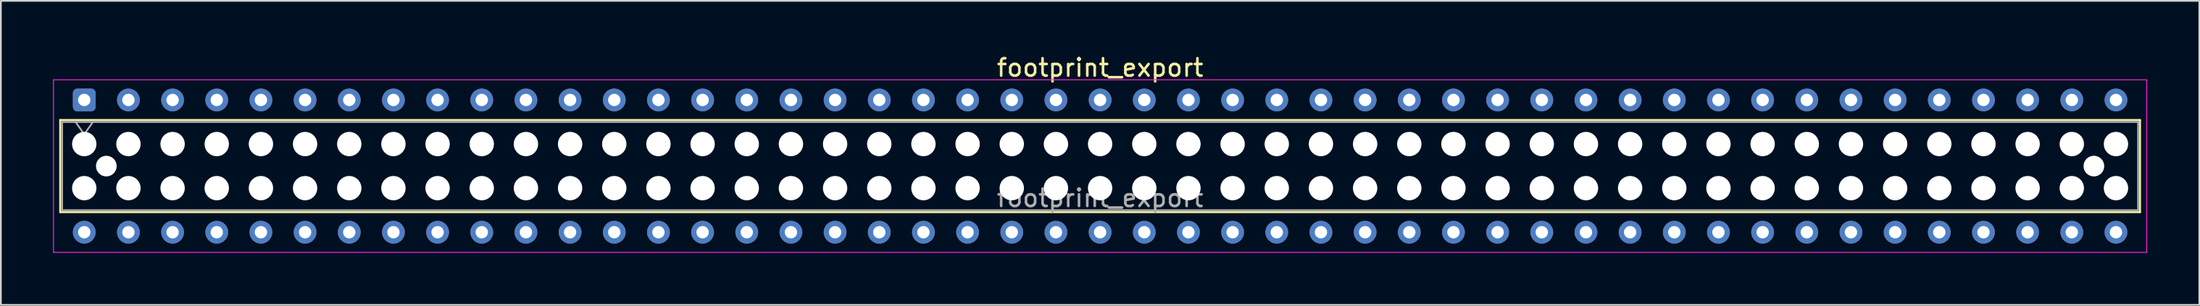
<source format=kicad_pcb>
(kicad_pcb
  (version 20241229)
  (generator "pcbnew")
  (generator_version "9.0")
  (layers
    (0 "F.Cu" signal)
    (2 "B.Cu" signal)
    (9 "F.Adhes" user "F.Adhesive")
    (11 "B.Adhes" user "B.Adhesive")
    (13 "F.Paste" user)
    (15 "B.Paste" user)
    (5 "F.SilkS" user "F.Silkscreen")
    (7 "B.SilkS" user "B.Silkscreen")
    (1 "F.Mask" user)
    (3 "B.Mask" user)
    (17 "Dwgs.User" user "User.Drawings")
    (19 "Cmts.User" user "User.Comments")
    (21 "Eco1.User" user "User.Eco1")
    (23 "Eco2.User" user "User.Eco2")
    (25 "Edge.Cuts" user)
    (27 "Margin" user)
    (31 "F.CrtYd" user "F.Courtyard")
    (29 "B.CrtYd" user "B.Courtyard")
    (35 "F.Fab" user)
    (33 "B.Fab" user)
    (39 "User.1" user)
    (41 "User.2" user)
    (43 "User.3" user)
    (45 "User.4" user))
  (footprint "footprint_export"
    (layer "F.Cu")
    (at 1.795 2.708)
    (property "Reference" "footprint_export" (at 58.42 -1.86 0) (layer "F.SilkS") (effects (font (size 1 1) (thickness 0.15))))
    (attr through_hole)
    (fp_line (start -1.38 1.16) (end 118.22 1.16) (stroke (width 0.12) (type solid)) (layer "F.SilkS"))
    (fp_line (start -1.38 6.46) (end -1.38 1.16) (stroke (width 0.12) (type solid)) (layer "F.SilkS"))
    (fp_line (start 118.22 1.16) (end 118.22 6.46) (stroke (width 0.12) (type solid)) (layer "F.SilkS"))
    (fp_line (start 118.22 6.46) (end -1.38 6.46) (stroke (width 0.12) (type solid)) (layer "F.SilkS"))
    (fp_line (start -1.77 -1.16) (end 118.61 -1.16) (stroke (width 0.05) (type solid)) (layer "F.CrtYd"))
    (fp_line (start -1.77 8.78) (end -1.77 -1.16) (stroke (width 0.05) (type solid)) (layer "F.CrtYd"))
    (fp_line (start 118.61 -1.16) (end 118.61 8.78) (stroke (width 0.05) (type solid)) (layer "F.CrtYd"))
    (fp_line (start 118.61 8.78) (end -1.77 8.78) (stroke (width 0.05) (type solid)) (layer "F.CrtYd"))
    (fp_line (start -1.27 1.27) (end 118.11 1.27) (stroke (width 0.1) (type solid)) (layer "F.Fab"))
    (fp_line (start -1.27 6.35) (end -1.27 1.27) (stroke (width 0.1) (type solid)) (layer "F.Fab"))
    (fp_line (start -0.5 1.27) (end 0 1.977) (stroke (width 0.1) (type solid)) (layer "F.Fab"))
    (fp_line (start 0 1.977) (end 0.5 1.27) (stroke (width 0.1) (type solid)) (layer "F.Fab"))
    (fp_line (start 118.11 1.27) (end 118.11 6.35) (stroke (width 0.1) (type solid)) (layer "F.Fab"))
    (fp_line (start 118.11 6.35) (end -1.27 6.35) (stroke (width 0.1) (type solid)) (layer "F.Fab"))
    (fp_text user "${REFERENCE}" (at 58.42 5.65 0) (layer "F.Fab") (effects (font (size 1 1) (thickness 0.15))))
    (pad "" np_thru_hole circle (at 0 2.54) (size 1.4 1.4) (drill 1.4) (layers "*.Cu" "*.Mask"))
    (pad "" np_thru_hole circle (at 0 5.08) (size 1.4 1.4) (drill 1.4) (layers "*.Cu" "*.Mask"))
    (pad "" np_thru_hole circle (at 1.27 3.81) (size 1.19 1.19) (drill 1.19) (layers "*.Cu" "*.Mask"))
    (pad "" np_thru_hole circle (at 2.54 2.54) (size 1.4 1.4) (drill 1.4) (layers "*.Cu" "*.Mask"))
    (pad "" np_thru_hole circle (at 2.54 5.08) (size 1.4 1.4) (drill 1.4) (layers "*.Cu" "*.Mask"))
    (pad "" np_thru_hole circle (at 5.08 2.54) (size 1.4 1.4) (drill 1.4) (layers "*.Cu" "*.Mask"))
    (pad "" np_thru_hole circle (at 5.08 5.08) (size 1.4 1.4) (drill 1.4) (layers "*.Cu" "*.Mask"))
    (pad "" np_thru_hole circle (at 7.62 2.54) (size 1.4 1.4) (drill 1.4) (layers "*.Cu" "*.Mask"))
    (pad "" np_thru_hole circle (at 7.62 5.08) (size 1.4 1.4) (drill 1.4) (layers "*.Cu" "*.Mask"))
    (pad "" np_thru_hole circle (at 10.16 2.54) (size 1.4 1.4) (drill 1.4) (layers "*.Cu" "*.Mask"))
    (pad "" np_thru_hole circle (at 10.16 5.08) (size 1.4 1.4) (drill 1.4) (layers "*.Cu" "*.Mask"))
    (pad "" np_thru_hole circle (at 12.7 2.54) (size 1.4 1.4) (drill 1.4) (layers "*.Cu" "*.Mask"))
    (pad "" np_thru_hole circle (at 12.7 5.08) (size 1.4 1.4) (drill 1.4) (layers "*.Cu" "*.Mask"))
    (pad "" np_thru_hole circle (at 15.24 2.54) (size 1.4 1.4) (drill 1.4) (layers "*.Cu" "*.Mask"))
    (pad "" np_thru_hole circle (at 15.24 5.08) (size 1.4 1.4) (drill 1.4) (layers "*.Cu" "*.Mask"))
    (pad "" np_thru_hole circle (at 17.78 2.54) (size 1.4 1.4) (drill 1.4) (layers "*.Cu" "*.Mask"))
    (pad "" np_thru_hole circle (at 17.78 5.08) (size 1.4 1.4) (drill 1.4) (layers "*.Cu" "*.Mask"))
    (pad "" np_thru_hole circle (at 20.32 2.54) (size 1.4 1.4) (drill 1.4) (layers "*.Cu" "*.Mask"))
    (pad "" np_thru_hole circle (at 20.32 5.08) (size 1.4 1.4) (drill 1.4) (layers "*.Cu" "*.Mask"))
    (pad "" np_thru_hole circle (at 22.86 2.54) (size 1.4 1.4) (drill 1.4) (layers "*.Cu" "*.Mask"))
    (pad "" np_thru_hole circle (at 22.86 5.08) (size 1.4 1.4) (drill 1.4) (layers "*.Cu" "*.Mask"))
    (pad "" np_thru_hole circle (at 25.4 2.54) (size 1.4 1.4) (drill 1.4) (layers "*.Cu" "*.Mask"))
    (pad "" np_thru_hole circle (at 25.4 5.08) (size 1.4 1.4) (drill 1.4) (layers "*.Cu" "*.Mask"))
    (pad "" np_thru_hole circle (at 27.94 2.54) (size 1.4 1.4) (drill 1.4) (layers "*.Cu" "*.Mask"))
    (pad "" np_thru_hole circle (at 27.94 5.08) (size 1.4 1.4) (drill 1.4) (layers "*.Cu" "*.Mask"))
    (pad "" np_thru_hole circle (at 30.48 2.54) (size 1.4 1.4) (drill 1.4) (layers "*.Cu" "*.Mask"))
    (pad "" np_thru_hole circle (at 30.48 5.08) (size 1.4 1.4) (drill 1.4) (layers "*.Cu" "*.Mask"))
    (pad "" np_thru_hole circle (at 33.02 2.54) (size 1.4 1.4) (drill 1.4) (layers "*.Cu" "*.Mask"))
    (pad "" np_thru_hole circle (at 33.02 5.08) (size 1.4 1.4) (drill 1.4) (layers "*.Cu" "*.Mask"))
    (pad "" np_thru_hole circle (at 35.56 2.54) (size 1.4 1.4) (drill 1.4) (layers "*.Cu" "*.Mask"))
    (pad "" np_thru_hole circle (at 35.56 5.08) (size 1.4 1.4) (drill 1.4) (layers "*.Cu" "*.Mask"))
    (pad "" np_thru_hole circle (at 38.1 2.54) (size 1.4 1.4) (drill 1.4) (layers "*.Cu" "*.Mask"))
    (pad "" np_thru_hole circle (at 38.1 5.08) (size 1.4 1.4) (drill 1.4) (layers "*.Cu" "*.Mask"))
    (pad "" np_thru_hole circle (at 40.64 2.54) (size 1.4 1.4) (drill 1.4) (layers "*.Cu" "*.Mask"))
    (pad "" np_thru_hole circle (at 40.64 5.08) (size 1.4 1.4) (drill 1.4) (layers "*.Cu" "*.Mask"))
    (pad "" np_thru_hole circle (at 43.18 2.54) (size 1.4 1.4) (drill 1.4) (layers "*.Cu" "*.Mask"))
    (pad "" np_thru_hole circle (at 43.18 5.08) (size 1.4 1.4) (drill 1.4) (layers "*.Cu" "*.Mask"))
    (pad "" np_thru_hole circle (at 45.72 2.54) (size 1.4 1.4) (drill 1.4) (layers "*.Cu" "*.Mask"))
    (pad "" np_thru_hole circle (at 45.72 5.08) (size 1.4 1.4) (drill 1.4) (layers "*.Cu" "*.Mask"))
    (pad "" np_thru_hole circle (at 48.26 2.54) (size 1.4 1.4) (drill 1.4) (layers "*.Cu" "*.Mask"))
    (pad "" np_thru_hole circle (at 48.26 5.08) (size 1.4 1.4) (drill 1.4) (layers "*.Cu" "*.Mask"))
    (pad "" np_thru_hole circle (at 50.8 2.54) (size 1.4 1.4) (drill 1.4) (layers "*.Cu" "*.Mask"))
    (pad "" np_thru_hole circle (at 50.8 5.08) (size 1.4 1.4) (drill 1.4) (layers "*.Cu" "*.Mask"))
    (pad "" np_thru_hole circle (at 53.34 2.54) (size 1.4 1.4) (drill 1.4) (layers "*.Cu" "*.Mask"))
    (pad "" np_thru_hole circle (at 53.34 5.08) (size 1.4 1.4) (drill 1.4) (layers "*.Cu" "*.Mask"))
    (pad "" np_thru_hole circle (at 55.88 2.54) (size 1.4 1.4) (drill 1.4) (layers "*.Cu" "*.Mask"))
    (pad "" np_thru_hole circle (at 55.88 5.08) (size 1.4 1.4) (drill 1.4) (layers "*.Cu" "*.Mask"))
    (pad "" np_thru_hole circle (at 58.42 2.54) (size 1.4 1.4) (drill 1.4) (layers "*.Cu" "*.Mask"))
    (pad "" np_thru_hole circle (at 58.42 5.08) (size 1.4 1.4) (drill 1.4) (layers "*.Cu" "*.Mask"))
    (pad "" np_thru_hole circle (at 60.96 2.54) (size 1.4 1.4) (drill 1.4) (layers "*.Cu" "*.Mask"))
    (pad "" np_thru_hole circle (at 60.96 5.08) (size 1.4 1.4) (drill 1.4) (layers "*.Cu" "*.Mask"))
    (pad "" np_thru_hole circle (at 63.5 2.54) (size 1.4 1.4) (drill 1.4) (layers "*.Cu" "*.Mask"))
    (pad "" np_thru_hole circle (at 63.5 5.08) (size 1.4 1.4) (drill 1.4) (layers "*.Cu" "*.Mask"))
    (pad "" np_thru_hole circle (at 66.04 2.54) (size 1.4 1.4) (drill 1.4) (layers "*.Cu" "*.Mask"))
    (pad "" np_thru_hole circle (at 66.04 5.08) (size 1.4 1.4) (drill 1.4) (layers "*.Cu" "*.Mask"))
    (pad "" np_thru_hole circle (at 68.58 2.54) (size 1.4 1.4) (drill 1.4) (layers "*.Cu" "*.Mask"))
    (pad "" np_thru_hole circle (at 68.58 5.08) (size 1.4 1.4) (drill 1.4) (layers "*.Cu" "*.Mask"))
    (pad "" np_thru_hole circle (at 71.12 2.54) (size 1.4 1.4) (drill 1.4) (layers "*.Cu" "*.Mask"))
    (pad "" np_thru_hole circle (at 71.12 5.08) (size 1.4 1.4) (drill 1.4) (layers "*.Cu" "*.Mask"))
    (pad "" np_thru_hole circle (at 73.66 2.54) (size 1.4 1.4) (drill 1.4) (layers "*.Cu" "*.Mask"))
    (pad "" np_thru_hole circle (at 73.66 5.08) (size 1.4 1.4) (drill 1.4) (layers "*.Cu" "*.Mask"))
    (pad "" np_thru_hole circle (at 76.2 2.54) (size 1.4 1.4) (drill 1.4) (layers "*.Cu" "*.Mask"))
    (pad "" np_thru_hole circle (at 76.2 5.08) (size 1.4 1.4) (drill 1.4) (layers "*.Cu" "*.Mask"))
    (pad "" np_thru_hole circle (at 78.74 2.54) (size 1.4 1.4) (drill 1.4) (layers "*.Cu" "*.Mask"))
    (pad "" np_thru_hole circle (at 78.74 5.08) (size 1.4 1.4) (drill 1.4) (layers "*.Cu" "*.Mask"))
    (pad "" np_thru_hole circle (at 81.28 2.54) (size 1.4 1.4) (drill 1.4) (layers "*.Cu" "*.Mask"))
    (pad "" np_thru_hole circle (at 81.28 5.08) (size 1.4 1.4) (drill 1.4) (layers "*.Cu" "*.Mask"))
    (pad "" np_thru_hole circle (at 83.82 2.54) (size 1.4 1.4) (drill 1.4) (layers "*.Cu" "*.Mask"))
    (pad "" np_thru_hole circle (at 83.82 5.08) (size 1.4 1.4) (drill 1.4) (layers "*.Cu" "*.Mask"))
    (pad "" np_thru_hole circle (at 86.36 2.54) (size 1.4 1.4) (drill 1.4) (layers "*.Cu" "*.Mask"))
    (pad "" np_thru_hole circle (at 86.36 5.08) (size 1.4 1.4) (drill 1.4) (layers "*.Cu" "*.Mask"))
    (pad "" np_thru_hole circle (at 88.9 2.54) (size 1.4 1.4) (drill 1.4) (layers "*.Cu" "*.Mask"))
    (pad "" np_thru_hole circle (at 88.9 5.08) (size 1.4 1.4) (drill 1.4) (layers "*.Cu" "*.Mask"))
    (pad "" np_thru_hole circle (at 91.44 2.54) (size 1.4 1.4) (drill 1.4) (layers "*.Cu" "*.Mask"))
    (pad "" np_thru_hole circle (at 91.44 5.08) (size 1.4 1.4) (drill 1.4) (layers "*.Cu" "*.Mask"))
    (pad "" np_thru_hole circle (at 93.98 2.54) (size 1.4 1.4) (drill 1.4) (layers "*.Cu" "*.Mask"))
    (pad "" np_thru_hole circle (at 93.98 5.08) (size 1.4 1.4) (drill 1.4) (layers "*.Cu" "*.Mask"))
    (pad "" np_thru_hole circle (at 96.52 2.54) (size 1.4 1.4) (drill 1.4) (layers "*.Cu" "*.Mask"))
    (pad "" np_thru_hole circle (at 96.52 5.08) (size 1.4 1.4) (drill 1.4) (layers "*.Cu" "*.Mask"))
    (pad "" np_thru_hole circle (at 99.06 2.54) (size 1.4 1.4) (drill 1.4) (layers "*.Cu" "*.Mask"))
    (pad "" np_thru_hole circle (at 99.06 5.08) (size 1.4 1.4) (drill 1.4) (layers "*.Cu" "*.Mask"))
    (pad "" np_thru_hole circle (at 101.6 2.54) (size 1.4 1.4) (drill 1.4) (layers "*.Cu" "*.Mask"))
    (pad "" np_thru_hole circle (at 101.6 5.08) (size 1.4 1.4) (drill 1.4) (layers "*.Cu" "*.Mask"))
    (pad "" np_thru_hole circle (at 104.14 2.54) (size 1.4 1.4) (drill 1.4) (layers "*.Cu" "*.Mask"))
    (pad "" np_thru_hole circle (at 104.14 5.08) (size 1.4 1.4) (drill 1.4) (layers "*.Cu" "*.Mask"))
    (pad "" np_thru_hole circle (at 106.68 2.54) (size 1.4 1.4) (drill 1.4) (layers "*.Cu" "*.Mask"))
    (pad "" np_thru_hole circle (at 106.68 5.08) (size 1.4 1.4) (drill 1.4) (layers "*.Cu" "*.Mask"))
    (pad "" np_thru_hole circle (at 109.22 2.54) (size 1.4 1.4) (drill 1.4) (layers "*.Cu" "*.Mask"))
    (pad "" np_thru_hole circle (at 109.22 5.08) (size 1.4 1.4) (drill 1.4) (layers "*.Cu" "*.Mask"))
    (pad "" np_thru_hole circle (at 111.76 2.54) (size 1.4 1.4) (drill 1.4) (layers "*.Cu" "*.Mask"))
    (pad "" np_thru_hole circle (at 111.76 5.08) (size 1.4 1.4) (drill 1.4) (layers "*.Cu" "*.Mask"))
    (pad "" np_thru_hole circle (at 114.3 2.54) (size 1.4 1.4) (drill 1.4) (layers "*.Cu" "*.Mask"))
    (pad "" np_thru_hole circle (at 114.3 5.08) (size 1.4 1.4) (drill 1.4) (layers "*.Cu" "*.Mask"))
    (pad "" np_thru_hole circle (at 115.57 3.81) (size 1.19 1.19) (drill 1.19) (layers "*.Cu" "*.Mask"))
    (pad "" np_thru_hole circle (at 116.84 2.54) (size 1.4 1.4) (drill 1.4) (layers "*.Cu" "*.Mask"))
    (pad "" np_thru_hole circle (at 116.84 5.08) (size 1.4 1.4) (drill 1.4) (layers "*.Cu" "*.Mask"))
    (pad "1" thru_hole roundrect (at 0 0) (size 1.31 1.31) (drill 0.71) (layers "*.Cu" "*.Mask") (roundrect_rratio 0.191))
    (pad "2" thru_hole circle (at 0 7.62) (size 1.31 1.31) (drill 0.71) (layers "*.Cu" "*.Mask"))
    (pad "3" thru_hole circle (at 2.54 0) (size 1.31 1.31) (drill 0.71) (layers "*.Cu" "*.Mask"))
    (pad "4" thru_hole circle (at 2.54 7.62) (size 1.31 1.31) (drill 0.71) (layers "*.Cu" "*.Mask"))
    (pad "5" thru_hole circle (at 5.08 0) (size 1.31 1.31) (drill 0.71) (layers "*.Cu" "*.Mask"))
    (pad "6" thru_hole circle (at 5.08 7.62) (size 1.31 1.31) (drill 0.71) (layers "*.Cu" "*.Mask"))
    (pad "7" thru_hole circle (at 7.62 0) (size 1.31 1.31) (drill 0.71) (layers "*.Cu" "*.Mask"))
    (pad "8" thru_hole circle (at 7.62 7.62) (size 1.31 1.31) (drill 0.71) (layers "*.Cu" "*.Mask"))
    (pad "9" thru_hole circle (at 10.16 0) (size 1.31 1.31) (drill 0.71) (layers "*.Cu" "*.Mask"))
    (pad "10" thru_hole circle (at 10.16 7.62) (size 1.31 1.31) (drill 0.71) (layers "*.Cu" "*.Mask"))
    (pad "11" thru_hole circle (at 12.7 0) (size 1.31 1.31) (drill 0.71) (layers "*.Cu" "*.Mask"))
    (pad "12" thru_hole circle (at 12.7 7.62) (size 1.31 1.31) (drill 0.71) (layers "*.Cu" "*.Mask"))
    (pad "13" thru_hole circle (at 15.24 0) (size 1.31 1.31) (drill 0.71) (layers "*.Cu" "*.Mask"))
    (pad "14" thru_hole circle (at 15.24 7.62) (size 1.31 1.31) (drill 0.71) (layers "*.Cu" "*.Mask"))
    (pad "15" thru_hole circle (at 17.78 0) (size 1.31 1.31) (drill 0.71) (layers "*.Cu" "*.Mask"))
    (pad "16" thru_hole circle (at 17.78 7.62) (size 1.31 1.31) (drill 0.71) (layers "*.Cu" "*.Mask"))
    (pad "17" thru_hole circle (at 20.32 0) (size 1.31 1.31) (drill 0.71) (layers "*.Cu" "*.Mask"))
    (pad "18" thru_hole circle (at 20.32 7.62) (size 1.31 1.31) (drill 0.71) (layers "*.Cu" "*.Mask"))
    (pad "19" thru_hole circle (at 22.86 0) (size 1.31 1.31) (drill 0.71) (layers "*.Cu" "*.Mask"))
    (pad "20" thru_hole circle (at 22.86 7.62) (size 1.31 1.31) (drill 0.71) (layers "*.Cu" "*.Mask"))
    (pad "21" thru_hole circle (at 25.4 0) (size 1.31 1.31) (drill 0.71) (layers "*.Cu" "*.Mask"))
    (pad "22" thru_hole circle (at 25.4 7.62) (size 1.31 1.31) (drill 0.71) (layers "*.Cu" "*.Mask"))
    (pad "23" thru_hole circle (at 27.94 0) (size 1.31 1.31) (drill 0.71) (layers "*.Cu" "*.Mask"))
    (pad "24" thru_hole circle (at 27.94 7.62) (size 1.31 1.31) (drill 0.71) (layers "*.Cu" "*.Mask"))
    (pad "25" thru_hole circle (at 30.48 0) (size 1.31 1.31) (drill 0.71) (layers "*.Cu" "*.Mask"))
    (pad "26" thru_hole circle (at 30.48 7.62) (size 1.31 1.31) (drill 0.71) (layers "*.Cu" "*.Mask"))
    (pad "27" thru_hole circle (at 33.02 0) (size 1.31 1.31) (drill 0.71) (layers "*.Cu" "*.Mask"))
    (pad "28" thru_hole circle (at 33.02 7.62) (size 1.31 1.31) (drill 0.71) (layers "*.Cu" "*.Mask"))
    (pad "29" thru_hole circle (at 35.56 0) (size 1.31 1.31) (drill 0.71) (layers "*.Cu" "*.Mask"))
    (pad "30" thru_hole circle (at 35.56 7.62) (size 1.31 1.31) (drill 0.71) (layers "*.Cu" "*.Mask"))
    (pad "31" thru_hole circle (at 38.1 0) (size 1.31 1.31) (drill 0.71) (layers "*.Cu" "*.Mask"))
    (pad "32" thru_hole circle (at 38.1 7.62) (size 1.31 1.31) (drill 0.71) (layers "*.Cu" "*.Mask"))
    (pad "33" thru_hole circle (at 40.64 0) (size 1.31 1.31) (drill 0.71) (layers "*.Cu" "*.Mask"))
    (pad "34" thru_hole circle (at 40.64 7.62) (size 1.31 1.31) (drill 0.71) (layers "*.Cu" "*.Mask"))
    (pad "35" thru_hole circle (at 43.18 0) (size 1.31 1.31) (drill 0.71) (layers "*.Cu" "*.Mask"))
    (pad "36" thru_hole circle (at 43.18 7.62) (size 1.31 1.31) (drill 0.71) (layers "*.Cu" "*.Mask"))
    (pad "37" thru_hole circle (at 45.72 0) (size 1.31 1.31) (drill 0.71) (layers "*.Cu" "*.Mask"))
    (pad "38" thru_hole circle (at 45.72 7.62) (size 1.31 1.31) (drill 0.71) (layers "*.Cu" "*.Mask"))
    (pad "39" thru_hole circle (at 48.26 0) (size 1.31 1.31) (drill 0.71) (layers "*.Cu" "*.Mask"))
    (pad "40" thru_hole circle (at 48.26 7.62) (size 1.31 1.31) (drill 0.71) (layers "*.Cu" "*.Mask"))
    (pad "41" thru_hole circle (at 50.8 0) (size 1.31 1.31) (drill 0.71) (layers "*.Cu" "*.Mask"))
    (pad "42" thru_hole circle (at 50.8 7.62) (size 1.31 1.31) (drill 0.71) (layers "*.Cu" "*.Mask"))
    (pad "43" thru_hole circle (at 53.34 0) (size 1.31 1.31) (drill 0.71) (layers "*.Cu" "*.Mask"))
    (pad "44" thru_hole circle (at 53.34 7.62) (size 1.31 1.31) (drill 0.71) (layers "*.Cu" "*.Mask"))
    (pad "45" thru_hole circle (at 55.88 0) (size 1.31 1.31) (drill 0.71) (layers "*.Cu" "*.Mask"))
    (pad "46" thru_hole circle (at 55.88 7.62) (size 1.31 1.31) (drill 0.71) (layers "*.Cu" "*.Mask"))
    (pad "47" thru_hole circle (at 58.42 0) (size 1.31 1.31) (drill 0.71) (layers "*.Cu" "*.Mask"))
    (pad "48" thru_hole circle (at 58.42 7.62) (size 1.31 1.31) (drill 0.71) (layers "*.Cu" "*.Mask"))
    (pad "49" thru_hole circle (at 60.96 0) (size 1.31 1.31) (drill 0.71) (layers "*.Cu" "*.Mask"))
    (pad "50" thru_hole circle (at 60.96 7.62) (size 1.31 1.31) (drill 0.71) (layers "*.Cu" "*.Mask"))
    (pad "51" thru_hole circle (at 63.5 0) (size 1.31 1.31) (drill 0.71) (layers "*.Cu" "*.Mask"))
    (pad "52" thru_hole circle (at 63.5 7.62) (size 1.31 1.31) (drill 0.71) (layers "*.Cu" "*.Mask"))
    (pad "53" thru_hole circle (at 66.04 0) (size 1.31 1.31) (drill 0.71) (layers "*.Cu" "*.Mask"))
    (pad "54" thru_hole circle (at 66.04 7.62) (size 1.31 1.31) (drill 0.71) (layers "*.Cu" "*.Mask"))
    (pad "55" thru_hole circle (at 68.58 0) (size 1.31 1.31) (drill 0.71) (layers "*.Cu" "*.Mask"))
    (pad "56" thru_hole circle (at 68.58 7.62) (size 1.31 1.31) (drill 0.71) (layers "*.Cu" "*.Mask"))
    (pad "57" thru_hole circle (at 71.12 0) (size 1.31 1.31) (drill 0.71) (layers "*.Cu" "*.Mask"))
    (pad "58" thru_hole circle (at 71.12 7.62) (size 1.31 1.31) (drill 0.71) (layers "*.Cu" "*.Mask"))
    (pad "59" thru_hole circle (at 73.66 0) (size 1.31 1.31) (drill 0.71) (layers "*.Cu" "*.Mask"))
    (pad "60" thru_hole circle (at 73.66 7.62) (size 1.31 1.31) (drill 0.71) (layers "*.Cu" "*.Mask"))
    (pad "61" thru_hole circle (at 76.2 0) (size 1.31 1.31) (drill 0.71) (layers "*.Cu" "*.Mask"))
    (pad "62" thru_hole circle (at 76.2 7.62) (size 1.31 1.31) (drill 0.71) (layers "*.Cu" "*.Mask"))
    (pad "63" thru_hole circle (at 78.74 0) (size 1.31 1.31) (drill 0.71) (layers "*.Cu" "*.Mask"))
    (pad "64" thru_hole circle (at 78.74 7.62) (size 1.31 1.31) (drill 0.71) (layers "*.Cu" "*.Mask"))
    (pad "65" thru_hole circle (at 81.28 0) (size 1.31 1.31) (drill 0.71) (layers "*.Cu" "*.Mask"))
    (pad "66" thru_hole circle (at 81.28 7.62) (size 1.31 1.31) (drill 0.71) (layers "*.Cu" "*.Mask"))
    (pad "67" thru_hole circle (at 83.82 0) (size 1.31 1.31) (drill 0.71) (layers "*.Cu" "*.Mask"))
    (pad "68" thru_hole circle (at 83.82 7.62) (size 1.31 1.31) (drill 0.71) (layers "*.Cu" "*.Mask"))
    (pad "69" thru_hole circle (at 86.36 0) (size 1.31 1.31) (drill 0.71) (layers "*.Cu" "*.Mask"))
    (pad "70" thru_hole circle (at 86.36 7.62) (size 1.31 1.31) (drill 0.71) (layers "*.Cu" "*.Mask"))
    (pad "71" thru_hole circle (at 88.9 0) (size 1.31 1.31) (drill 0.71) (layers "*.Cu" "*.Mask"))
    (pad "72" thru_hole circle (at 88.9 7.62) (size 1.31 1.31) (drill 0.71) (layers "*.Cu" "*.Mask"))
    (pad "73" thru_hole circle (at 91.44 0) (size 1.31 1.31) (drill 0.71) (layers "*.Cu" "*.Mask"))
    (pad "74" thru_hole circle (at 91.44 7.62) (size 1.31 1.31) (drill 0.71) (layers "*.Cu" "*.Mask"))
    (pad "75" thru_hole circle (at 93.98 0) (size 1.31 1.31) (drill 0.71) (layers "*.Cu" "*.Mask"))
    (pad "76" thru_hole circle (at 93.98 7.62) (size 1.31 1.31) (drill 0.71) (layers "*.Cu" "*.Mask"))
    (pad "77" thru_hole circle (at 96.52 0) (size 1.31 1.31) (drill 0.71) (layers "*.Cu" "*.Mask"))
    (pad "78" thru_hole circle (at 96.52 7.62) (size 1.31 1.31) (drill 0.71) (layers "*.Cu" "*.Mask"))
    (pad "79" thru_hole circle (at 99.06 0) (size 1.31 1.31) (drill 0.71) (layers "*.Cu" "*.Mask"))
    (pad "80" thru_hole circle (at 99.06 7.62) (size 1.31 1.31) (drill 0.71) (layers "*.Cu" "*.Mask"))
    (pad "81" thru_hole circle (at 101.6 0) (size 1.31 1.31) (drill 0.71) (layers "*.Cu" "*.Mask"))
    (pad "82" thru_hole circle (at 101.6 7.62) (size 1.31 1.31) (drill 0.71) (layers "*.Cu" "*.Mask"))
    (pad "83" thru_hole circle (at 104.14 0) (size 1.31 1.31) (drill 0.71) (layers "*.Cu" "*.Mask"))
    (pad "84" thru_hole circle (at 104.14 7.62) (size 1.31 1.31) (drill 0.71) (layers "*.Cu" "*.Mask"))
    (pad "85" thru_hole circle (at 106.68 0) (size 1.31 1.31) (drill 0.71) (layers "*.Cu" "*.Mask"))
    (pad "86" thru_hole circle (at 106.68 7.62) (size 1.31 1.31) (drill 0.71) (layers "*.Cu" "*.Mask"))
    (pad "87" thru_hole circle (at 109.22 0) (size 1.31 1.31) (drill 0.71) (layers "*.Cu" "*.Mask"))
    (pad "88" thru_hole circle (at 109.22 7.62) (size 1.31 1.31) (drill 0.71) (layers "*.Cu" "*.Mask"))
    (pad "89" thru_hole circle (at 111.76 0) (size 1.31 1.31) (drill 0.71) (layers "*.Cu" "*.Mask"))
    (pad "90" thru_hole circle (at 111.76 7.62) (size 1.31 1.31) (drill 0.71) (layers "*.Cu" "*.Mask"))
    (pad "91" thru_hole circle (at 114.3 0) (size 1.31 1.31) (drill 0.71) (layers "*.Cu" "*.Mask"))
    (pad "92" thru_hole circle (at 114.3 7.62) (size 1.31 1.31) (drill 0.71) (layers "*.Cu" "*.Mask"))
    (pad "93" thru_hole circle (at 116.84 0) (size 1.31 1.31) (drill 0.71) (layers "*.Cu" "*.Mask"))
    (pad "94" thru_hole circle (at 116.84 7.62) (size 1.31 1.31) (drill 0.71) (layers "*.Cu" "*.Mask")))
  (gr_rect
    (start -3 -3)
    (end 123.43 14.513)
    (stroke (width 0.1) (type default))
    (fill no)
    (layer "Edge.Cuts")))
</source>
